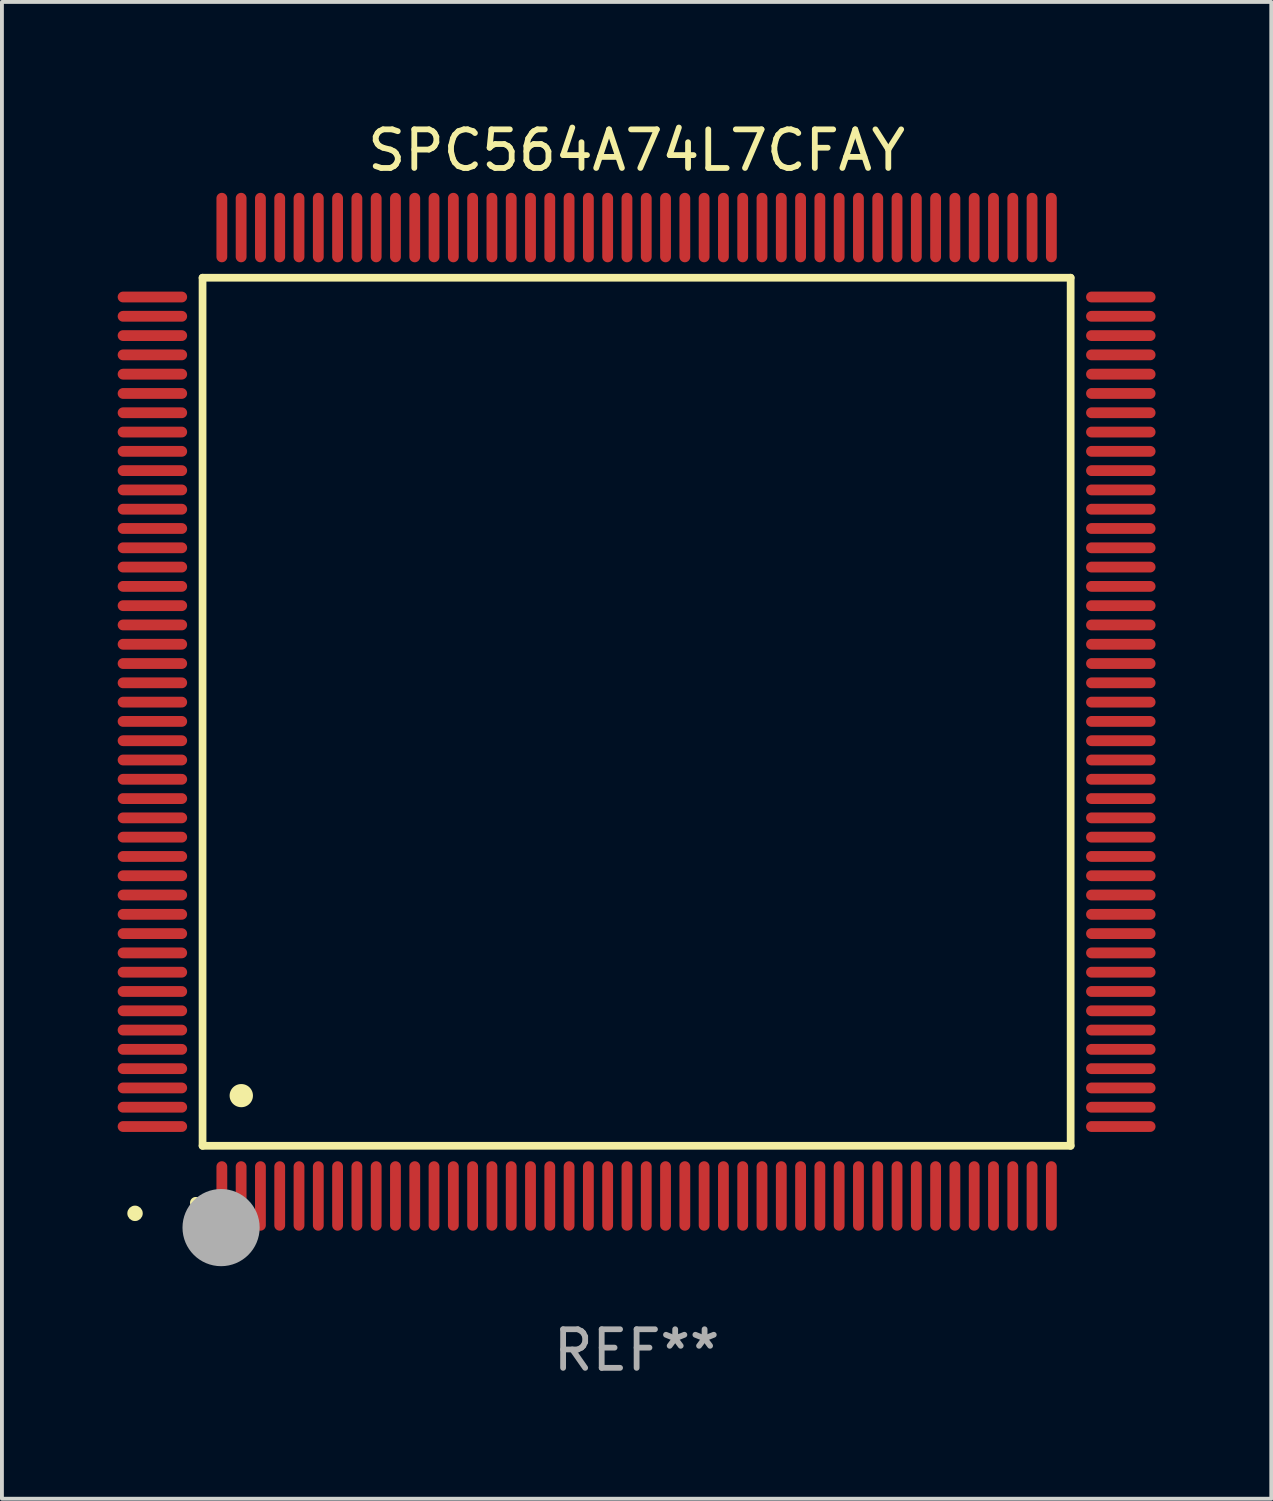
<source format=kicad_pcb>
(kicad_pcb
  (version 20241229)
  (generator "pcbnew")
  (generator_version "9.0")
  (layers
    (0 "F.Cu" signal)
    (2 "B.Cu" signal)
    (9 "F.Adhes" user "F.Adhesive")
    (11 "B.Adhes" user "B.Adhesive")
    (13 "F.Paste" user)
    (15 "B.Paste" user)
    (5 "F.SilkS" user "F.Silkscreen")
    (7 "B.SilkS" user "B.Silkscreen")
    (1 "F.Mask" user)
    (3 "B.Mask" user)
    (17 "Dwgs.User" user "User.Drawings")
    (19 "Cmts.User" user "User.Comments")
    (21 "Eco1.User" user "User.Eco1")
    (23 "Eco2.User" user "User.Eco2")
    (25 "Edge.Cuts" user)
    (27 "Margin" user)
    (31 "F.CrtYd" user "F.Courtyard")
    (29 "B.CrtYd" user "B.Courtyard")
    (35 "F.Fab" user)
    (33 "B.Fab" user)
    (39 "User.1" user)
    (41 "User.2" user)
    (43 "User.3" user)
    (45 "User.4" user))
  (footprint "SPC564A74L7CFAY"
    (layer "F.Cu")
    (at 13.45 15.398)
    (property "Reference" "SPC564A74L7CFAY" (at 0 -14.55 0) (layer "F.SilkS") (effects (font (size 1 1) (thickness 0.15))))
    (attr through_hole)
    (fp_line (start -11.25 -11.25) (end 11.25 -11.25) (stroke (width 0.2) (type solid)) (layer "F.SilkS"))
    (fp_line (start -11.25 11.25) (end -11.25 -11.25) (stroke (width 0.2) (type solid)) (layer "F.SilkS"))
    (fp_line (start 11.25 -11.25) (end 11.25 11.25) (stroke (width 0.2) (type solid)) (layer "F.SilkS"))
    (fp_line (start 11.25 11.25) (end -11.25 11.25) (stroke (width 0.2) (type solid)) (layer "F.SilkS"))
    (fp_arc (start -11.424943 12.725425) (mid -11.423673 12.72542) (end -11.422403 12.725425) (stroke (width 0.3) (type solid)) (layer "F.SilkS"))
    (fp_arc (start -10.24892 9.9492) (mid -10.24638 9.949189) (end -10.24384 9.9492) (stroke (width 0.6) (type solid)) (layer "F.SilkS"))
    (fp_circle (center -13 13) (end -12.9 13) (stroke (width 0.2) (type solid)) (fill no) (layer "F.SilkS"))
    (fp_circle (center -10.77 13.37) (end -10.27 13.37) (stroke (width 1) (type solid)) (fill no) (layer "F.Fab"))
    (fp_text user "REF**" (at 0 16.55 0) (layer "F.Fab") (effects (font (size 1 1) (thickness 0.15))))
    (pad "1" smd oval (at -10.75 12.55) (size 0.28 1.8) (layers "F.Cu" "F.Mask" "F.Paste"))
    (pad "2" smd oval (at -10.25 12.55) (size 0.28 1.8) (layers "F.Cu" "F.Mask" "F.Paste"))
    (pad "3" smd oval (at -9.75 12.55) (size 0.28 1.8) (layers "F.Cu" "F.Mask" "F.Paste"))
    (pad "4" smd oval (at -9.25 12.55) (size 0.28 1.8) (layers "F.Cu" "F.Mask" "F.Paste"))
    (pad "5" smd oval (at -8.75 12.55) (size 0.28 1.8) (layers "F.Cu" "F.Mask" "F.Paste"))
    (pad "6" smd oval (at -8.25 12.55) (size 0.28 1.8) (layers "F.Cu" "F.Mask" "F.Paste"))
    (pad "7" smd oval (at -7.75 12.55) (size 0.28 1.8) (layers "F.Cu" "F.Mask" "F.Paste"))
    (pad "8" smd oval (at -7.25 12.55) (size 0.28 1.8) (layers "F.Cu" "F.Mask" "F.Paste"))
    (pad "9" smd oval (at -6.75 12.55) (size 0.28 1.8) (layers "F.Cu" "F.Mask" "F.Paste"))
    (pad "10" smd oval (at -6.25 12.55) (size 0.28 1.8) (layers "F.Cu" "F.Mask" "F.Paste"))
    (pad "11" smd oval (at -5.75 12.55) (size 0.28 1.8) (layers "F.Cu" "F.Mask" "F.Paste"))
    (pad "12" smd oval (at -5.25 12.55) (size 0.28 1.8) (layers "F.Cu" "F.Mask" "F.Paste"))
    (pad "13" smd oval (at -4.75 12.55) (size 0.28 1.8) (layers "F.Cu" "F.Mask" "F.Paste"))
    (pad "14" smd oval (at -4.25 12.55) (size 0.28 1.8) (layers "F.Cu" "F.Mask" "F.Paste"))
    (pad "15" smd oval (at -3.75 12.55) (size 0.28 1.8) (layers "F.Cu" "F.Mask" "F.Paste"))
    (pad "16" smd oval (at -3.25 12.55) (size 0.28 1.8) (layers "F.Cu" "F.Mask" "F.Paste"))
    (pad "17" smd oval (at -2.75 12.55) (size 0.28 1.8) (layers "F.Cu" "F.Mask" "F.Paste"))
    (pad "18" smd oval (at -2.25 12.55) (size 0.28 1.8) (layers "F.Cu" "F.Mask" "F.Paste"))
    (pad "19" smd oval (at -1.75 12.55) (size 0.28 1.8) (layers "F.Cu" "F.Mask" "F.Paste"))
    (pad "20" smd oval (at -1.25 12.55) (size 0.28 1.8) (layers "F.Cu" "F.Mask" "F.Paste"))
    (pad "21" smd oval (at -0.75 12.55) (size 0.28 1.8) (layers "F.Cu" "F.Mask" "F.Paste"))
    (pad "22" smd oval (at -0.25 12.55) (size 0.28 1.8) (layers "F.Cu" "F.Mask" "F.Paste"))
    (pad "23" smd oval (at 0.25 12.55) (size 0.28 1.8) (layers "F.Cu" "F.Mask" "F.Paste"))
    (pad "24" smd oval (at 0.75 12.55) (size 0.28 1.8) (layers "F.Cu" "F.Mask" "F.Paste"))
    (pad "25" smd oval (at 1.25 12.55) (size 0.28 1.8) (layers "F.Cu" "F.Mask" "F.Paste"))
    (pad "26" smd oval (at 1.75 12.55) (size 0.28 1.8) (layers "F.Cu" "F.Mask" "F.Paste"))
    (pad "27" smd oval (at 2.25 12.55) (size 0.28 1.8) (layers "F.Cu" "F.Mask" "F.Paste"))
    (pad "28" smd oval (at 2.75 12.55) (size 0.28 1.8) (layers "F.Cu" "F.Mask" "F.Paste"))
    (pad "29" smd oval (at 3.25 12.55) (size 0.28 1.8) (layers "F.Cu" "F.Mask" "F.Paste"))
    (pad "30" smd oval (at 3.75 12.55) (size 0.28 1.8) (layers "F.Cu" "F.Mask" "F.Paste"))
    (pad "31" smd oval (at 4.25 12.55) (size 0.28 1.8) (layers "F.Cu" "F.Mask" "F.Paste"))
    (pad "32" smd oval (at 4.75 12.55) (size 0.28 1.8) (layers "F.Cu" "F.Mask" "F.Paste"))
    (pad "33" smd oval (at 5.25 12.55) (size 0.28 1.8) (layers "F.Cu" "F.Mask" "F.Paste"))
    (pad "34" smd oval (at 5.75 12.55) (size 0.28 1.8) (layers "F.Cu" "F.Mask" "F.Paste"))
    (pad "35" smd oval (at 6.25 12.55) (size 0.28 1.8) (layers "F.Cu" "F.Mask" "F.Paste"))
    (pad "36" smd oval (at 6.75 12.55) (size 0.28 1.8) (layers "F.Cu" "F.Mask" "F.Paste"))
    (pad "37" smd oval (at 7.25 12.55) (size 0.28 1.8) (layers "F.Cu" "F.Mask" "F.Paste"))
    (pad "38" smd oval (at 7.75 12.55) (size 0.28 1.8) (layers "F.Cu" "F.Mask" "F.Paste"))
    (pad "39" smd oval (at 8.25 12.55) (size 0.28 1.8) (layers "F.Cu" "F.Mask" "F.Paste"))
    (pad "40" smd oval (at 8.75 12.55) (size 0.28 1.8) (layers "F.Cu" "F.Mask" "F.Paste"))
    (pad "41" smd oval (at 9.25 12.55) (size 0.28 1.8) (layers "F.Cu" "F.Mask" "F.Paste"))
    (pad "42" smd oval (at 9.75 12.55) (size 0.28 1.8) (layers "F.Cu" "F.Mask" "F.Paste"))
    (pad "43" smd oval (at 10.25 12.55) (size 0.28 1.8) (layers "F.Cu" "F.Mask" "F.Paste"))
    (pad "44" smd oval (at 10.75 12.55) (size 0.28 1.8) (layers "F.Cu" "F.Mask" "F.Paste"))
    (pad "45" smd oval (at 12.55 10.75) (size 1.8 0.28) (layers "F.Cu" "F.Mask" "F.Paste"))
    (pad "46" smd oval (at 12.55 10.25) (size 1.8 0.28) (layers "F.Cu" "F.Mask" "F.Paste"))
    (pad "47" smd oval (at 12.55 9.75) (size 1.8 0.28) (layers "F.Cu" "F.Mask" "F.Paste"))
    (pad "48" smd oval (at 12.55 9.25) (size 1.8 0.28) (layers "F.Cu" "F.Mask" "F.Paste"))
    (pad "49" smd oval (at 12.55 8.75) (size 1.8 0.28) (layers "F.Cu" "F.Mask" "F.Paste"))
    (pad "50" smd oval (at 12.55 8.25) (size 1.8 0.28) (layers "F.Cu" "F.Mask" "F.Paste"))
    (pad "51" smd oval (at 12.55 7.75) (size 1.8 0.28) (layers "F.Cu" "F.Mask" "F.Paste"))
    (pad "52" smd oval (at 12.55 7.25) (size 1.8 0.28) (layers "F.Cu" "F.Mask" "F.Paste"))
    (pad "53" smd oval (at 12.55 6.75) (size 1.8 0.28) (layers "F.Cu" "F.Mask" "F.Paste"))
    (pad "54" smd oval (at 12.55 6.25) (size 1.8 0.28) (layers "F.Cu" "F.Mask" "F.Paste"))
    (pad "55" smd oval (at 12.55 5.75) (size 1.8 0.28) (layers "F.Cu" "F.Mask" "F.Paste"))
    (pad "56" smd oval (at 12.55 5.25) (size 1.8 0.28) (layers "F.Cu" "F.Mask" "F.Paste"))
    (pad "57" smd oval (at 12.55 4.75) (size 1.8 0.28) (layers "F.Cu" "F.Mask" "F.Paste"))
    (pad "58" smd oval (at 12.55 4.25) (size 1.8 0.28) (layers "F.Cu" "F.Mask" "F.Paste"))
    (pad "59" smd oval (at 12.55 3.75) (size 1.8 0.28) (layers "F.Cu" "F.Mask" "F.Paste"))
    (pad "60" smd oval (at 12.55 3.25) (size 1.8 0.28) (layers "F.Cu" "F.Mask" "F.Paste"))
    (pad "61" smd oval (at 12.55 2.75) (size 1.8 0.28) (layers "F.Cu" "F.Mask" "F.Paste"))
    (pad "62" smd oval (at 12.55 2.25) (size 1.8 0.28) (layers "F.Cu" "F.Mask" "F.Paste"))
    (pad "63" smd oval (at 12.55 1.75) (size 1.8 0.28) (layers "F.Cu" "F.Mask" "F.Paste"))
    (pad "64" smd oval (at 12.55 1.25) (size 1.8 0.28) (layers "F.Cu" "F.Mask" "F.Paste"))
    (pad "65" smd oval (at 12.55 0.75) (size 1.8 0.28) (layers "F.Cu" "F.Mask" "F.Paste"))
    (pad "66" smd oval (at 12.55 0.25) (size 1.8 0.28) (layers "F.Cu" "F.Mask" "F.Paste"))
    (pad "67" smd oval (at 12.55 -0.25) (size 1.8 0.28) (layers "F.Cu" "F.Mask" "F.Paste"))
    (pad "68" smd oval (at 12.55 -0.75) (size 1.8 0.28) (layers "F.Cu" "F.Mask" "F.Paste"))
    (pad "69" smd oval (at 12.55 -1.25) (size 1.8 0.28) (layers "F.Cu" "F.Mask" "F.Paste"))
    (pad "70" smd oval (at 12.55 -1.75) (size 1.8 0.28) (layers "F.Cu" "F.Mask" "F.Paste"))
    (pad "71" smd oval (at 12.55 -2.25) (size 1.8 0.28) (layers "F.Cu" "F.Mask" "F.Paste"))
    (pad "72" smd oval (at 12.55 -2.75) (size 1.8 0.28) (layers "F.Cu" "F.Mask" "F.Paste"))
    (pad "73" smd oval (at 12.55 -3.25) (size 1.8 0.28) (layers "F.Cu" "F.Mask" "F.Paste"))
    (pad "74" smd oval (at 12.55 -3.75) (size 1.8 0.28) (layers "F.Cu" "F.Mask" "F.Paste"))
    (pad "75" smd oval (at 12.55 -4.25) (size 1.8 0.28) (layers "F.Cu" "F.Mask" "F.Paste"))
    (pad "76" smd oval (at 12.55 -4.75) (size 1.8 0.28) (layers "F.Cu" "F.Mask" "F.Paste"))
    (pad "77" smd oval (at 12.55 -5.25) (size 1.8 0.28) (layers "F.Cu" "F.Mask" "F.Paste"))
    (pad "78" smd oval (at 12.55 -5.75) (size 1.8 0.28) (layers "F.Cu" "F.Mask" "F.Paste"))
    (pad "79" smd oval (at 12.55 -6.25) (size 1.8 0.28) (layers "F.Cu" "F.Mask" "F.Paste"))
    (pad "80" smd oval (at 12.55 -6.75) (size 1.8 0.28) (layers "F.Cu" "F.Mask" "F.Paste"))
    (pad "81" smd oval (at 12.55 -7.25) (size 1.8 0.28) (layers "F.Cu" "F.Mask" "F.Paste"))
    (pad "82" smd oval (at 12.55 -7.75) (size 1.8 0.28) (layers "F.Cu" "F.Mask" "F.Paste"))
    (pad "83" smd oval (at 12.55 -8.25) (size 1.8 0.28) (layers "F.Cu" "F.Mask" "F.Paste"))
    (pad "84" smd oval (at 12.55 -8.75) (size 1.8 0.28) (layers "F.Cu" "F.Mask" "F.Paste"))
    (pad "85" smd oval (at 12.55 -9.25) (size 1.8 0.28) (layers "F.Cu" "F.Mask" "F.Paste"))
    (pad "86" smd oval (at 12.55 -9.75) (size 1.8 0.28) (layers "F.Cu" "F.Mask" "F.Paste"))
    (pad "87" smd oval (at 12.55 -10.25) (size 1.8 0.28) (layers "F.Cu" "F.Mask" "F.Paste"))
    (pad "88" smd oval (at 12.55 -10.75) (size 1.8 0.28) (layers "F.Cu" "F.Mask" "F.Paste"))
    (pad "89" smd oval (at 10.75 -12.55) (size 0.28 1.8) (layers "F.Cu" "F.Mask" "F.Paste"))
    (pad "90" smd oval (at 10.25 -12.55) (size 0.28 1.8) (layers "F.Cu" "F.Mask" "F.Paste"))
    (pad "91" smd oval (at 9.75 -12.55) (size 0.28 1.8) (layers "F.Cu" "F.Mask" "F.Paste"))
    (pad "92" smd oval (at 9.25 -12.55) (size 0.28 1.8) (layers "F.Cu" "F.Mask" "F.Paste"))
    (pad "93" smd oval (at 8.75 -12.55) (size 0.28 1.8) (layers "F.Cu" "F.Mask" "F.Paste"))
    (pad "94" smd oval (at 8.25 -12.55) (size 0.28 1.8) (layers "F.Cu" "F.Mask" "F.Paste"))
    (pad "95" smd oval (at 7.75 -12.55) (size 0.28 1.8) (layers "F.Cu" "F.Mask" "F.Paste"))
    (pad "96" smd oval (at 7.25 -12.55) (size 0.28 1.8) (layers "F.Cu" "F.Mask" "F.Paste"))
    (pad "97" smd oval (at 6.75 -12.55) (size 0.28 1.8) (layers "F.Cu" "F.Mask" "F.Paste"))
    (pad "98" smd oval (at 6.25 -12.55) (size 0.28 1.8) (layers "F.Cu" "F.Mask" "F.Paste"))
    (pad "99" smd oval (at 5.75 -12.55) (size 0.28 1.8) (layers "F.Cu" "F.Mask" "F.Paste"))
    (pad "100" smd oval (at 5.25 -12.55) (size 0.28 1.8) (layers "F.Cu" "F.Mask" "F.Paste"))
    (pad "101" smd oval (at 4.75 -12.55) (size 0.28 1.8) (layers "F.Cu" "F.Mask" "F.Paste"))
    (pad "102" smd oval (at 4.25 -12.55) (size 0.28 1.8) (layers "F.Cu" "F.Mask" "F.Paste"))
    (pad "103" smd oval (at 3.75 -12.55) (size 0.28 1.8) (layers "F.Cu" "F.Mask" "F.Paste"))
    (pad "104" smd oval (at 3.25 -12.55) (size 0.28 1.8) (layers "F.Cu" "F.Mask" "F.Paste"))
    (pad "105" smd oval (at 2.75 -12.55) (size 0.28 1.8) (layers "F.Cu" "F.Mask" "F.Paste"))
    (pad "106" smd oval (at 2.25 -12.55) (size 0.28 1.8) (layers "F.Cu" "F.Mask" "F.Paste"))
    (pad "107" smd oval (at 1.75 -12.55) (size 0.28 1.8) (layers "F.Cu" "F.Mask" "F.Paste"))
    (pad "108" smd oval (at 1.25 -12.55) (size 0.28 1.8) (layers "F.Cu" "F.Mask" "F.Paste"))
    (pad "109" smd oval (at 0.75 -12.55) (size 0.28 1.8) (layers "F.Cu" "F.Mask" "F.Paste"))
    (pad "110" smd oval (at 0.25 -12.55) (size 0.28 1.8) (layers "F.Cu" "F.Mask" "F.Paste"))
    (pad "111" smd oval (at -0.25 -12.55) (size 0.28 1.8) (layers "F.Cu" "F.Mask" "F.Paste"))
    (pad "112" smd oval (at -0.75 -12.55) (size 0.28 1.8) (layers "F.Cu" "F.Mask" "F.Paste"))
    (pad "113" smd oval (at -1.25 -12.55) (size 0.28 1.8) (layers "F.Cu" "F.Mask" "F.Paste"))
    (pad "114" smd oval (at -1.75 -12.55) (size 0.28 1.8) (layers "F.Cu" "F.Mask" "F.Paste"))
    (pad "115" smd oval (at -2.25 -12.55) (size 0.28 1.8) (layers "F.Cu" "F.Mask" "F.Paste"))
    (pad "116" smd oval (at -2.75 -12.55) (size 0.28 1.8) (layers "F.Cu" "F.Mask" "F.Paste"))
    (pad "117" smd oval (at -3.25 -12.55) (size 0.28 1.8) (layers "F.Cu" "F.Mask" "F.Paste"))
    (pad "118" smd oval (at -3.75 -12.55) (size 0.28 1.8) (layers "F.Cu" "F.Mask" "F.Paste"))
    (pad "119" smd oval (at -4.25 -12.55) (size 0.28 1.8) (layers "F.Cu" "F.Mask" "F.Paste"))
    (pad "120" smd oval (at -4.75 -12.55) (size 0.28 1.8) (layers "F.Cu" "F.Mask" "F.Paste"))
    (pad "121" smd oval (at -5.25 -12.55) (size 0.28 1.8) (layers "F.Cu" "F.Mask" "F.Paste"))
    (pad "122" smd oval (at -5.75 -12.55) (size 0.28 1.8) (layers "F.Cu" "F.Mask" "F.Paste"))
    (pad "123" smd oval (at -6.25 -12.55) (size 0.28 1.8) (layers "F.Cu" "F.Mask" "F.Paste"))
    (pad "124" smd oval (at -6.75 -12.55) (size 0.28 1.8) (layers "F.Cu" "F.Mask" "F.Paste"))
    (pad "125" smd oval (at -7.25 -12.55) (size 0.28 1.8) (layers "F.Cu" "F.Mask" "F.Paste"))
    (pad "126" smd oval (at -7.75 -12.55) (size 0.28 1.8) (layers "F.Cu" "F.Mask" "F.Paste"))
    (pad "127" smd oval (at -8.25 -12.55) (size 0.28 1.8) (layers "F.Cu" "F.Mask" "F.Paste"))
    (pad "128" smd oval (at -8.75 -12.55) (size 0.28 1.8) (layers "F.Cu" "F.Mask" "F.Paste"))
    (pad "129" smd oval (at -9.25 -12.55) (size 0.28 1.8) (layers "F.Cu" "F.Mask" "F.Paste"))
    (pad "130" smd oval (at -9.75 -12.55) (size 0.28 1.8) (layers "F.Cu" "F.Mask" "F.Paste"))
    (pad "131" smd oval (at -10.25 -12.55) (size 0.28 1.8) (layers "F.Cu" "F.Mask" "F.Paste"))
    (pad "132" smd oval (at -10.75 -12.55) (size 0.28 1.8) (layers "F.Cu" "F.Mask" "F.Paste"))
    (pad "133" smd oval (at -12.55 -10.75) (size 1.8 0.28) (layers "F.Cu" "F.Mask" "F.Paste"))
    (pad "134" smd oval (at -12.55 -10.25) (size 1.8 0.28) (layers "F.Cu" "F.Mask" "F.Paste"))
    (pad "135" smd oval (at -12.55 -9.75) (size 1.8 0.28) (layers "F.Cu" "F.Mask" "F.Paste"))
    (pad "136" smd oval (at -12.55 -9.25) (size 1.8 0.28) (layers "F.Cu" "F.Mask" "F.Paste"))
    (pad "137" smd oval (at -12.55 -8.75) (size 1.8 0.28) (layers "F.Cu" "F.Mask" "F.Paste"))
    (pad "138" smd oval (at -12.55 -8.25) (size 1.8 0.28) (layers "F.Cu" "F.Mask" "F.Paste"))
    (pad "139" smd oval (at -12.55 -7.75) (size 1.8 0.28) (layers "F.Cu" "F.Mask" "F.Paste"))
    (pad "140" smd oval (at -12.55 -7.25) (size 1.8 0.28) (layers "F.Cu" "F.Mask" "F.Paste"))
    (pad "141" smd oval (at -12.55 -6.75) (size 1.8 0.28) (layers "F.Cu" "F.Mask" "F.Paste"))
    (pad "142" smd oval (at -12.55 -6.25) (size 1.8 0.28) (layers "F.Cu" "F.Mask" "F.Paste"))
    (pad "143" smd oval (at -12.55 -5.75) (size 1.8 0.28) (layers "F.Cu" "F.Mask" "F.Paste"))
    (pad "144" smd oval (at -12.55 -5.25) (size 1.8 0.28) (layers "F.Cu" "F.Mask" "F.Paste"))
    (pad "145" smd oval (at -12.55 -4.75) (size 1.8 0.28) (layers "F.Cu" "F.Mask" "F.Paste"))
    (pad "146" smd oval (at -12.55 -4.25) (size 1.8 0.28) (layers "F.Cu" "F.Mask" "F.Paste"))
    (pad "147" smd oval (at -12.55 -3.75) (size 1.8 0.28) (layers "F.Cu" "F.Mask" "F.Paste"))
    (pad "148" smd oval (at -12.55 -3.25) (size 1.8 0.28) (layers "F.Cu" "F.Mask" "F.Paste"))
    (pad "149" smd oval (at -12.55 -2.75) (size 1.8 0.28) (layers "F.Cu" "F.Mask" "F.Paste"))
    (pad "150" smd oval (at -12.55 -2.25) (size 1.8 0.28) (layers "F.Cu" "F.Mask" "F.Paste"))
    (pad "151" smd oval (at -12.55 -1.75) (size 1.8 0.28) (layers "F.Cu" "F.Mask" "F.Paste"))
    (pad "152" smd oval (at -12.55 -1.25) (size 1.8 0.28) (layers "F.Cu" "F.Mask" "F.Paste"))
    (pad "153" smd oval (at -12.55 -0.75) (size 1.8 0.28) (layers "F.Cu" "F.Mask" "F.Paste"))
    (pad "154" smd oval (at -12.55 -0.25) (size 1.8 0.28) (layers "F.Cu" "F.Mask" "F.Paste"))
    (pad "155" smd oval (at -12.55 0.25) (size 1.8 0.28) (layers "F.Cu" "F.Mask" "F.Paste"))
    (pad "156" smd oval (at -12.55 0.75) (size 1.8 0.28) (layers "F.Cu" "F.Mask" "F.Paste"))
    (pad "157" smd oval (at -12.55 1.25) (size 1.8 0.28) (layers "F.Cu" "F.Mask" "F.Paste"))
    (pad "158" smd oval (at -12.55 1.75) (size 1.8 0.28) (layers "F.Cu" "F.Mask" "F.Paste"))
    (pad "159" smd oval (at -12.55 2.25) (size 1.8 0.28) (layers "F.Cu" "F.Mask" "F.Paste"))
    (pad "160" smd oval (at -12.55 2.75) (size 1.8 0.28) (layers "F.Cu" "F.Mask" "F.Paste"))
    (pad "161" smd oval (at -12.55 3.25) (size 1.8 0.28) (layers "F.Cu" "F.Mask" "F.Paste"))
    (pad "162" smd oval (at -12.55 3.75) (size 1.8 0.28) (layers "F.Cu" "F.Mask" "F.Paste"))
    (pad "163" smd oval (at -12.55 4.25) (size 1.8 0.28) (layers "F.Cu" "F.Mask" "F.Paste"))
    (pad "164" smd oval (at -12.55 4.75) (size 1.8 0.28) (layers "F.Cu" "F.Mask" "F.Paste"))
    (pad "165" smd oval (at -12.55 5.25) (size 1.8 0.28) (layers "F.Cu" "F.Mask" "F.Paste"))
    (pad "166" smd oval (at -12.55 5.75) (size 1.8 0.28) (layers "F.Cu" "F.Mask" "F.Paste"))
    (pad "167" smd oval (at -12.55 6.25) (size 1.8 0.28) (layers "F.Cu" "F.Mask" "F.Paste"))
    (pad "168" smd oval (at -12.55 6.75) (size 1.8 0.28) (layers "F.Cu" "F.Mask" "F.Paste"))
    (pad "169" smd oval (at -12.55 7.25) (size 1.8 0.28) (layers "F.Cu" "F.Mask" "F.Paste"))
    (pad "170" smd oval (at -12.55 7.75) (size 1.8 0.28) (layers "F.Cu" "F.Mask" "F.Paste"))
    (pad "171" smd oval (at -12.55 8.25) (size 1.8 0.28) (layers "F.Cu" "F.Mask" "F.Paste"))
    (pad "172" smd oval (at -12.55 8.75) (size 1.8 0.28) (layers "F.Cu" "F.Mask" "F.Paste"))
    (pad "173" smd oval (at -12.55 9.25) (size 1.8 0.28) (layers "F.Cu" "F.Mask" "F.Paste"))
    (pad "174" smd oval (at -12.55 9.75) (size 1.8 0.28) (layers "F.Cu" "F.Mask" "F.Paste"))
    (pad "175" smd oval (at -12.55 10.25) (size 1.8 0.28) (layers "F.Cu" "F.Mask" "F.Paste"))
    (pad "176" smd oval (at -12.55 10.75) (size 1.8 0.28) (layers "F.Cu" "F.Mask" "F.Paste")))
  (gr_rect
    (start -3 -3)
    (end 29.9 35.796)
    (stroke (width 0.1) (type default))
    (fill no)
    (layer "Edge.Cuts")))
</source>
